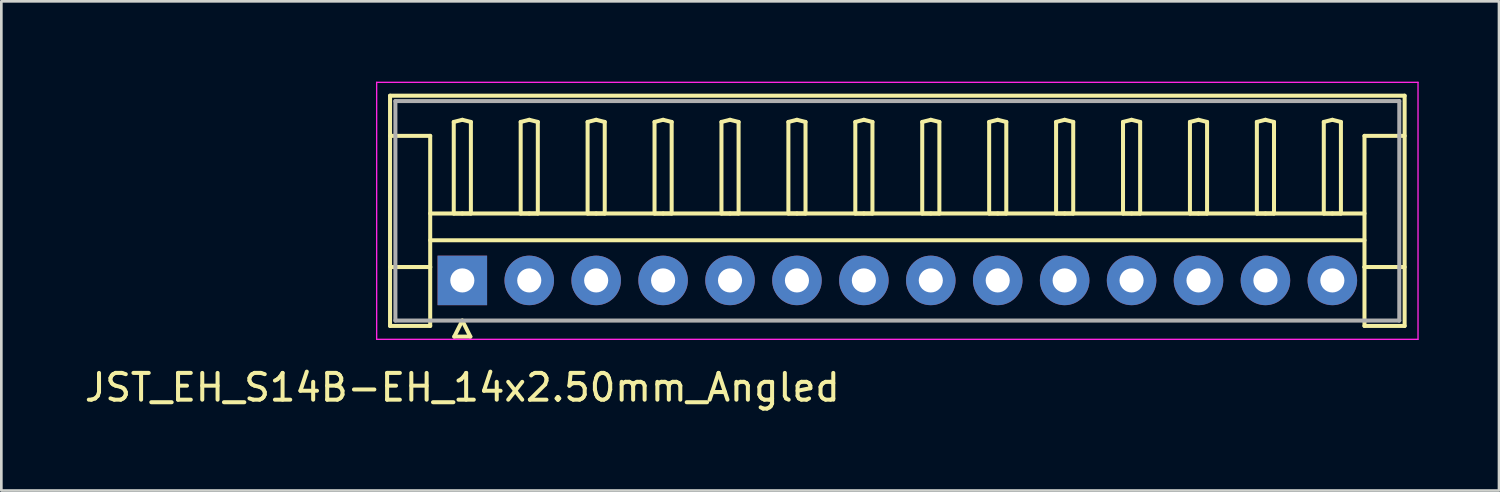
<source format=kicad_pcb>
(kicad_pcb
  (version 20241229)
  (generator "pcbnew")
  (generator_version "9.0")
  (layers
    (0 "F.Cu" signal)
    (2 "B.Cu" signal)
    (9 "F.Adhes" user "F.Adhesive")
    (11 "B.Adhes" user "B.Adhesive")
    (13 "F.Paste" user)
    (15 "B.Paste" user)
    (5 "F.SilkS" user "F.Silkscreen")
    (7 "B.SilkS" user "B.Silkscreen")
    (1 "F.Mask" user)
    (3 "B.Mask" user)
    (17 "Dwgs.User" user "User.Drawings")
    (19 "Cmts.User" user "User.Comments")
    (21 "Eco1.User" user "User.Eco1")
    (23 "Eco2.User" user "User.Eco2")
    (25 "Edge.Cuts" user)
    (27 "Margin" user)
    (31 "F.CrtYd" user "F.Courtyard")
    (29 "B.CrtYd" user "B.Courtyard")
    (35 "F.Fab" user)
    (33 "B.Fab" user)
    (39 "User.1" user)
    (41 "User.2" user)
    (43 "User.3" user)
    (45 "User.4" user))
  (footprint "JST_EH_S14B-EH_14x2.50mm_Angled"
    (layer "F.Cu")
    (at 14.22 7.425)
    (property "Reference" "JST_EH_S14B-EH_14x2.50mm_Angled" (at 0 4 0) (layer "F.SilkS") (effects (font (size 1 1) (thickness 0.15))))
    (attr through_hole)
    (fp_line (start -2.7 -6.9) (end 35.2 -6.9) (stroke (width 0.15) (type solid)) (layer "F.SilkS"))
    (fp_line (start -2.7 -5.4) (end -1.2 -5.4) (stroke (width 0.15) (type solid)) (layer "F.SilkS"))
    (fp_line (start -2.7 1.7) (end -2.7 -6.9) (stroke (width 0.15) (type solid)) (layer "F.SilkS"))
    (fp_line (start -1.2 -5.4) (end -1.2 -0.5) (stroke (width 0.15) (type solid)) (layer "F.SilkS"))
    (fp_line (start -1.2 -2.5) (end 33.7 -2.5) (stroke (width 0.15) (type solid)) (layer "F.SilkS"))
    (fp_line (start -1.2 -1.5) (end 33.7 -1.5) (stroke (width 0.15) (type solid)) (layer "F.SilkS"))
    (fp_line (start -1.2 -0.5) (end -2.7 -0.5) (stroke (width 0.15) (type solid)) (layer "F.SilkS"))
    (fp_line (start -1.2 -0.5) (end -1.2 1.7) (stroke (width 0.15) (type solid)) (layer "F.SilkS"))
    (fp_line (start -1.2 1.7) (end -2.7 1.7) (stroke (width 0.15) (type solid)) (layer "F.SilkS"))
    (fp_line (start -0.32 -5.92) (end 0 -6) (stroke (width 0.15) (type solid)) (layer "F.SilkS"))
    (fp_line (start -0.32 -2.5) (end -0.32 -5.92) (stroke (width 0.15) (type solid)) (layer "F.SilkS"))
    (fp_line (start -0.3 2.1) (end 0.3 2.1) (stroke (width 0.15) (type solid)) (layer "F.SilkS"))
    (fp_line (start 0 -6) (end 0.32 -5.92) (stroke (width 0.15) (type solid)) (layer "F.SilkS"))
    (fp_line (start 0 -2.5) (end -0.32 -2.5) (stroke (width 0.15) (type solid)) (layer "F.SilkS"))
    (fp_line (start 0 1.5) (end -0.3 2.1) (stroke (width 0.15) (type solid)) (layer "F.SilkS"))
    (fp_line (start 0.3 2.1) (end 0 1.5) (stroke (width 0.15) (type solid)) (layer "F.SilkS"))
    (fp_line (start 0.32 -5.92) (end 0.32 -2.5) (stroke (width 0.15) (type solid)) (layer "F.SilkS"))
    (fp_line (start 0.32 -2.5) (end 0 -2.5) (stroke (width 0.15) (type solid)) (layer "F.SilkS"))
    (fp_line (start 2.18 -5.92) (end 2.5 -6) (stroke (width 0.15) (type solid)) (layer "F.SilkS"))
    (fp_line (start 2.18 -2.5) (end 2.18 -5.92) (stroke (width 0.15) (type solid)) (layer "F.SilkS"))
    (fp_line (start 2.5 -6) (end 2.82 -5.92) (stroke (width 0.15) (type solid)) (layer "F.SilkS"))
    (fp_line (start 2.5 -2.5) (end 2.18 -2.5) (stroke (width 0.15) (type solid)) (layer "F.SilkS"))
    (fp_line (start 2.82 -5.92) (end 2.82 -2.5) (stroke (width 0.15) (type solid)) (layer "F.SilkS"))
    (fp_line (start 2.82 -2.5) (end 2.5 -2.5) (stroke (width 0.15) (type solid)) (layer "F.SilkS"))
    (fp_line (start 4.68 -5.92) (end 5 -6) (stroke (width 0.15) (type solid)) (layer "F.SilkS"))
    (fp_line (start 4.68 -2.5) (end 4.68 -5.92) (stroke (width 0.15) (type solid)) (layer "F.SilkS"))
    (fp_line (start 5 -6) (end 5.32 -5.92) (stroke (width 0.15) (type solid)) (layer "F.SilkS"))
    (fp_line (start 5 -2.5) (end 4.68 -2.5) (stroke (width 0.15) (type solid)) (layer "F.SilkS"))
    (fp_line (start 5.32 -5.92) (end 5.32 -2.5) (stroke (width 0.15) (type solid)) (layer "F.SilkS"))
    (fp_line (start 5.32 -2.5) (end 5 -2.5) (stroke (width 0.15) (type solid)) (layer "F.SilkS"))
    (fp_line (start 7.18 -5.92) (end 7.5 -6) (stroke (width 0.15) (type solid)) (layer "F.SilkS"))
    (fp_line (start 7.18 -2.5) (end 7.18 -5.92) (stroke (width 0.15) (type solid)) (layer "F.SilkS"))
    (fp_line (start 7.5 -6) (end 7.82 -5.92) (stroke (width 0.15) (type solid)) (layer "F.SilkS"))
    (fp_line (start 7.5 -2.5) (end 7.18 -2.5) (stroke (width 0.15) (type solid)) (layer "F.SilkS"))
    (fp_line (start 7.82 -5.92) (end 7.82 -2.5) (stroke (width 0.15) (type solid)) (layer "F.SilkS"))
    (fp_line (start 7.82 -2.5) (end 7.5 -2.5) (stroke (width 0.15) (type solid)) (layer "F.SilkS"))
    (fp_line (start 9.68 -5.92) (end 10 -6) (stroke (width 0.15) (type solid)) (layer "F.SilkS"))
    (fp_line (start 9.68 -2.5) (end 9.68 -5.92) (stroke (width 0.15) (type solid)) (layer "F.SilkS"))
    (fp_line (start 10 -6) (end 10.32 -5.92) (stroke (width 0.15) (type solid)) (layer "F.SilkS"))
    (fp_line (start 10 -2.5) (end 9.68 -2.5) (stroke (width 0.15) (type solid)) (layer "F.SilkS"))
    (fp_line (start 10.32 -5.92) (end 10.32 -2.5) (stroke (width 0.15) (type solid)) (layer "F.SilkS"))
    (fp_line (start 10.32 -2.5) (end 10 -2.5) (stroke (width 0.15) (type solid)) (layer "F.SilkS"))
    (fp_line (start 12.18 -5.92) (end 12.5 -6) (stroke (width 0.15) (type solid)) (layer "F.SilkS"))
    (fp_line (start 12.18 -2.5) (end 12.18 -5.92) (stroke (width 0.15) (type solid)) (layer "F.SilkS"))
    (fp_line (start 12.5 -6) (end 12.82 -5.92) (stroke (width 0.15) (type solid)) (layer "F.SilkS"))
    (fp_line (start 12.5 -2.5) (end 12.18 -2.5) (stroke (width 0.15) (type solid)) (layer "F.SilkS"))
    (fp_line (start 12.82 -5.92) (end 12.82 -2.5) (stroke (width 0.15) (type solid)) (layer "F.SilkS"))
    (fp_line (start 12.82 -2.5) (end 12.5 -2.5) (stroke (width 0.15) (type solid)) (layer "F.SilkS"))
    (fp_line (start 14.68 -5.92) (end 15 -6) (stroke (width 0.15) (type solid)) (layer "F.SilkS"))
    (fp_line (start 14.68 -2.5) (end 14.68 -5.92) (stroke (width 0.15) (type solid)) (layer "F.SilkS"))
    (fp_line (start 15 -6) (end 15.32 -5.92) (stroke (width 0.15) (type solid)) (layer "F.SilkS"))
    (fp_line (start 15 -2.5) (end 14.68 -2.5) (stroke (width 0.15) (type solid)) (layer "F.SilkS"))
    (fp_line (start 15.32 -5.92) (end 15.32 -2.5) (stroke (width 0.15) (type solid)) (layer "F.SilkS"))
    (fp_line (start 15.32 -2.5) (end 15 -2.5) (stroke (width 0.15) (type solid)) (layer "F.SilkS"))
    (fp_line (start 17.18 -5.92) (end 17.5 -6) (stroke (width 0.15) (type solid)) (layer "F.SilkS"))
    (fp_line (start 17.18 -2.5) (end 17.18 -5.92) (stroke (width 0.15) (type solid)) (layer "F.SilkS"))
    (fp_line (start 17.5 -6) (end 17.82 -5.92) (stroke (width 0.15) (type solid)) (layer "F.SilkS"))
    (fp_line (start 17.5 -2.5) (end 17.18 -2.5) (stroke (width 0.15) (type solid)) (layer "F.SilkS"))
    (fp_line (start 17.82 -5.92) (end 17.82 -2.5) (stroke (width 0.15) (type solid)) (layer "F.SilkS"))
    (fp_line (start 17.82 -2.5) (end 17.5 -2.5) (stroke (width 0.15) (type solid)) (layer "F.SilkS"))
    (fp_line (start 19.68 -5.92) (end 20 -6) (stroke (width 0.15) (type solid)) (layer "F.SilkS"))
    (fp_line (start 19.68 -2.5) (end 19.68 -5.92) (stroke (width 0.15) (type solid)) (layer "F.SilkS"))
    (fp_line (start 20 -6) (end 20.32 -5.92) (stroke (width 0.15) (type solid)) (layer "F.SilkS"))
    (fp_line (start 20 -2.5) (end 19.68 -2.5) (stroke (width 0.15) (type solid)) (layer "F.SilkS"))
    (fp_line (start 20.32 -5.92) (end 20.32 -2.5) (stroke (width 0.15) (type solid)) (layer "F.SilkS"))
    (fp_line (start 20.32 -2.5) (end 20 -2.5) (stroke (width 0.15) (type solid)) (layer "F.SilkS"))
    (fp_line (start 22.18 -5.92) (end 22.5 -6) (stroke (width 0.15) (type solid)) (layer "F.SilkS"))
    (fp_line (start 22.18 -2.5) (end 22.18 -5.92) (stroke (width 0.15) (type solid)) (layer "F.SilkS"))
    (fp_line (start 22.5 -6) (end 22.82 -5.92) (stroke (width 0.15) (type solid)) (layer "F.SilkS"))
    (fp_line (start 22.5 -2.5) (end 22.18 -2.5) (stroke (width 0.15) (type solid)) (layer "F.SilkS"))
    (fp_line (start 22.82 -5.92) (end 22.82 -2.5) (stroke (width 0.15) (type solid)) (layer "F.SilkS"))
    (fp_line (start 22.82 -2.5) (end 22.5 -2.5) (stroke (width 0.15) (type solid)) (layer "F.SilkS"))
    (fp_line (start 24.68 -5.92) (end 25 -6) (stroke (width 0.15) (type solid)) (layer "F.SilkS"))
    (fp_line (start 24.68 -2.5) (end 24.68 -5.92) (stroke (width 0.15) (type solid)) (layer "F.SilkS"))
    (fp_line (start 25 -6) (end 25.32 -5.92) (stroke (width 0.15) (type solid)) (layer "F.SilkS"))
    (fp_line (start 25 -2.5) (end 24.68 -2.5) (stroke (width 0.15) (type solid)) (layer "F.SilkS"))
    (fp_line (start 25.32 -5.92) (end 25.32 -2.5) (stroke (width 0.15) (type solid)) (layer "F.SilkS"))
    (fp_line (start 25.32 -2.5) (end 25 -2.5) (stroke (width 0.15) (type solid)) (layer "F.SilkS"))
    (fp_line (start 27.18 -5.92) (end 27.5 -6) (stroke (width 0.15) (type solid)) (layer "F.SilkS"))
    (fp_line (start 27.18 -2.5) (end 27.18 -5.92) (stroke (width 0.15) (type solid)) (layer "F.SilkS"))
    (fp_line (start 27.5 -6) (end 27.82 -5.92) (stroke (width 0.15) (type solid)) (layer "F.SilkS"))
    (fp_line (start 27.5 -2.5) (end 27.18 -2.5) (stroke (width 0.15) (type solid)) (layer "F.SilkS"))
    (fp_line (start 27.82 -5.92) (end 27.82 -2.5) (stroke (width 0.15) (type solid)) (layer "F.SilkS"))
    (fp_line (start 27.82 -2.5) (end 27.5 -2.5) (stroke (width 0.15) (type solid)) (layer "F.SilkS"))
    (fp_line (start 29.68 -5.92) (end 30 -6) (stroke (width 0.15) (type solid)) (layer "F.SilkS"))
    (fp_line (start 29.68 -2.5) (end 29.68 -5.92) (stroke (width 0.15) (type solid)) (layer "F.SilkS"))
    (fp_line (start 30 -6) (end 30.32 -5.92) (stroke (width 0.15) (type solid)) (layer "F.SilkS"))
    (fp_line (start 30 -2.5) (end 29.68 -2.5) (stroke (width 0.15) (type solid)) (layer "F.SilkS"))
    (fp_line (start 30.32 -5.92) (end 30.32 -2.5) (stroke (width 0.15) (type solid)) (layer "F.SilkS"))
    (fp_line (start 30.32 -2.5) (end 30 -2.5) (stroke (width 0.15) (type solid)) (layer "F.SilkS"))
    (fp_line (start 32.18 -5.92) (end 32.5 -6) (stroke (width 0.15) (type solid)) (layer "F.SilkS"))
    (fp_line (start 32.18 -2.5) (end 32.18 -5.92) (stroke (width 0.15) (type solid)) (layer "F.SilkS"))
    (fp_line (start 32.5 -6) (end 32.82 -5.92) (stroke (width 0.15) (type solid)) (layer "F.SilkS"))
    (fp_line (start 32.5 -2.5) (end 32.18 -2.5) (stroke (width 0.15) (type solid)) (layer "F.SilkS"))
    (fp_line (start 32.82 -5.92) (end 32.82 -2.5) (stroke (width 0.15) (type solid)) (layer "F.SilkS"))
    (fp_line (start 32.82 -2.5) (end 32.5 -2.5) (stroke (width 0.15) (type solid)) (layer "F.SilkS"))
    (fp_line (start 33.7 -5.4) (end 33.7 -0.5) (stroke (width 0.15) (type solid)) (layer "F.SilkS"))
    (fp_line (start 33.7 -0.5) (end 35.2 -0.5) (stroke (width 0.15) (type solid)) (layer "F.SilkS"))
    (fp_line (start 33.7 1.7) (end 33.7 -0.5) (stroke (width 0.15) (type solid)) (layer "F.SilkS"))
    (fp_line (start 35.2 -6.9) (end 35.2 1.7) (stroke (width 0.15) (type solid)) (layer "F.SilkS"))
    (fp_line (start 35.2 -5.4) (end 33.7 -5.4) (stroke (width 0.15) (type solid)) (layer "F.SilkS"))
    (fp_line (start 35.2 1.7) (end 33.7 1.7) (stroke (width 0.15) (type solid)) (layer "F.SilkS"))
    (fp_line (start -3.2 -7.4) (end -3.2 2.2) (stroke (width 0.05) (type solid)) (layer "F.CrtYd"))
    (fp_line (start -3.2 2.2) (end 35.7 2.2) (stroke (width 0.05) (type solid)) (layer "F.CrtYd"))
    (fp_line (start 35.7 -7.4) (end -3.2 -7.4) (stroke (width 0.05) (type solid)) (layer "F.CrtYd"))
    (fp_line (start 35.7 2.2) (end 35.7 -7.4) (stroke (width 0.05) (type solid)) (layer "F.CrtYd"))
    (fp_line (start -2.5 -6.7) (end -2.5 1.5) (stroke (width 0.15) (type solid)) (layer "F.Fab"))
    (fp_line (start -2.5 1.5) (end 35 1.5) (stroke (width 0.15) (type solid)) (layer "F.Fab"))
    (fp_line (start 35 -6.7) (end -2.5 -6.7) (stroke (width 0.15) (type solid)) (layer "F.Fab"))
    (fp_line (start 35 1.5) (end 35 -6.7) (stroke (width 0.15) (type solid)) (layer "F.Fab"))
    (pad "1" thru_hole rect (at 0 0) (size 1.85 1.85) (drill 0.9) (layers "*.Cu" "*.Mask"))
    (pad "2" thru_hole circle (at 2.5 0) (size 1.85 1.85) (drill 0.9) (layers "*.Cu" "*.Mask"))
    (pad "3" thru_hole circle (at 5 0) (size 1.85 1.85) (drill 0.9) (layers "*.Cu" "*.Mask"))
    (pad "4" thru_hole circle (at 7.5 0) (size 1.85 1.85) (drill 0.9) (layers "*.Cu" "*.Mask"))
    (pad "5" thru_hole circle (at 10 0) (size 1.85 1.85) (drill 0.9) (layers "*.Cu" "*.Mask"))
    (pad "6" thru_hole circle (at 12.5 0) (size 1.85 1.85) (drill 0.9) (layers "*.Cu" "*.Mask"))
    (pad "7" thru_hole circle (at 15 0) (size 1.85 1.85) (drill 0.9) (layers "*.Cu" "*.Mask"))
    (pad "8" thru_hole circle (at 17.5 0) (size 1.85 1.85) (drill 0.9) (layers "*.Cu" "*.Mask"))
    (pad "9" thru_hole circle (at 20 0) (size 1.85 1.85) (drill 0.9) (layers "*.Cu" "*.Mask"))
    (pad "10" thru_hole circle (at 22.5 0) (size 1.85 1.85) (drill 0.9) (layers "*.Cu" "*.Mask"))
    (pad "11" thru_hole circle (at 25 0) (size 1.85 1.85) (drill 0.9) (layers "*.Cu" "*.Mask"))
    (pad "12" thru_hole circle (at 27.5 0) (size 1.85 1.85) (drill 0.9) (layers "*.Cu" "*.Mask"))
    (pad "13" thru_hole circle (at 30 0) (size 1.85 1.85) (drill 0.9) (layers "*.Cu" "*.Mask"))
    (pad "14" thru_hole circle (at 32.5 0) (size 1.85 1.85) (drill 0.9) (layers "*.Cu" "*.Mask")))
  (gr_rect
    (start -3 -3)
    (end 52.945 15.273)
    (stroke (width 0.1) (type default))
    (fill no)
    (layer "Edge.Cuts")))
</source>
